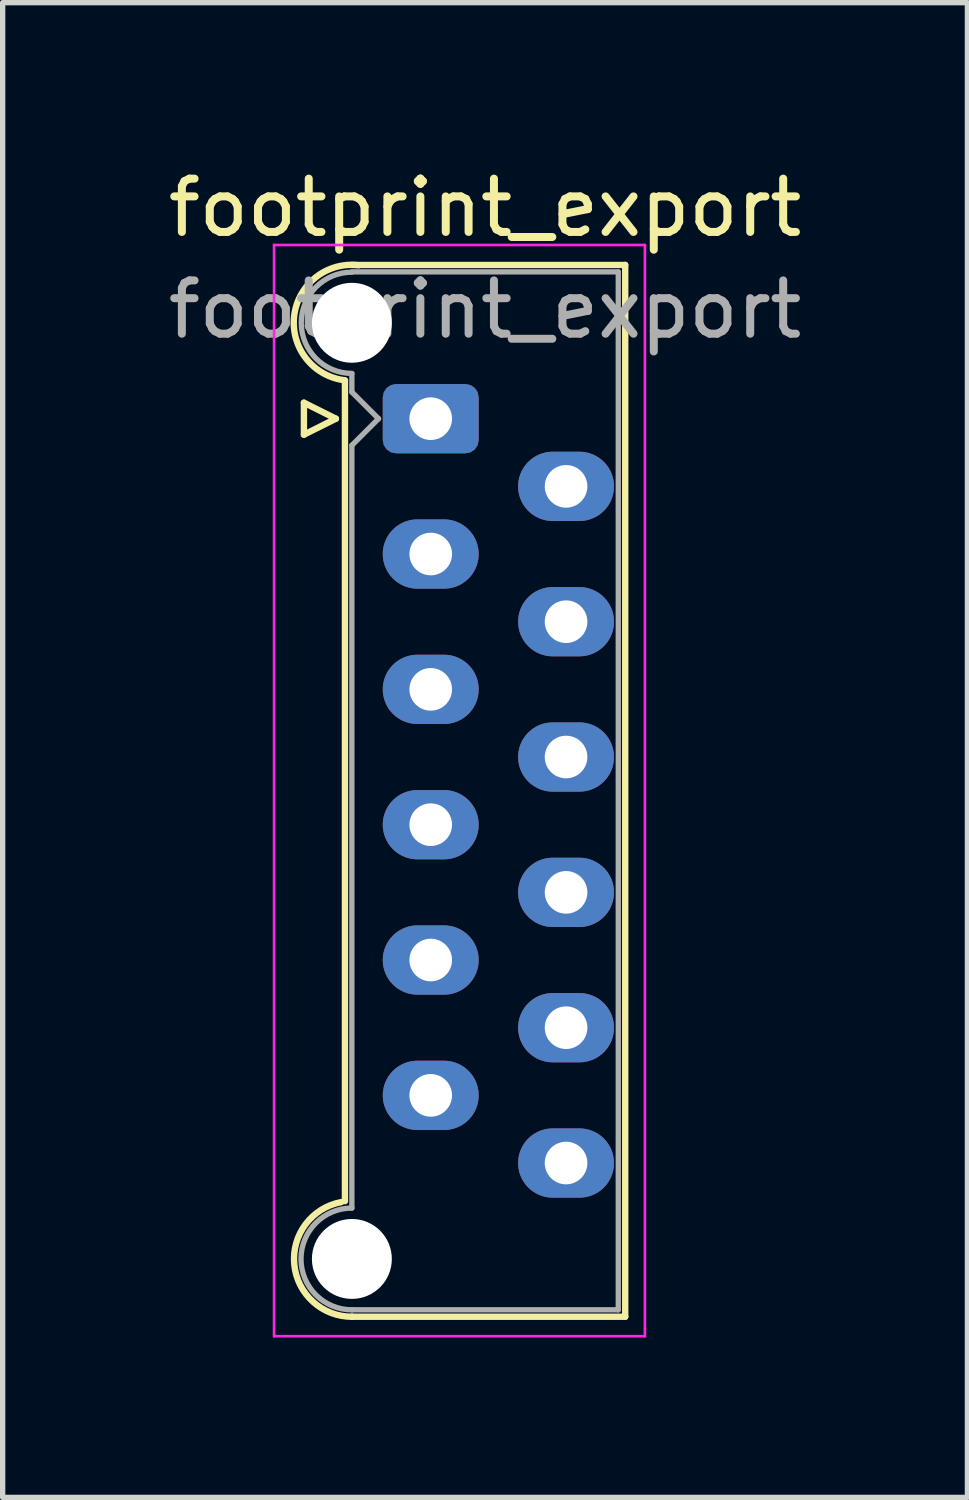
<source format=kicad_pcb>
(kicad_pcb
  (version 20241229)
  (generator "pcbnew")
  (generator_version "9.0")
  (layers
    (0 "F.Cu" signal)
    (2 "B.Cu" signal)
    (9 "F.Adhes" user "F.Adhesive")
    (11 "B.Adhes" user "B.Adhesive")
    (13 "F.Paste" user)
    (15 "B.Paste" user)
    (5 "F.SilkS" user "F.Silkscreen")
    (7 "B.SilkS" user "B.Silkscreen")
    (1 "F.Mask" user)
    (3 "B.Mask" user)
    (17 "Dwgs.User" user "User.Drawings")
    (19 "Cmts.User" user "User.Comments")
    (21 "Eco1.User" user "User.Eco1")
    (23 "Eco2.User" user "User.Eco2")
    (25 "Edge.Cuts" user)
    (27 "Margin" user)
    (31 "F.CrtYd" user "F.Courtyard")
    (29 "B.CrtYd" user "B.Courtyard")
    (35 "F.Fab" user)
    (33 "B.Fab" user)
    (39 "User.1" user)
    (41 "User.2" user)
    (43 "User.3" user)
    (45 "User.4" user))
  (footprint "footprint_export"
    (layer "F.Cu")
    (at 5.034 4.808)
    (property "Reference" "footprint_export" (at 1.02 -3.96 0) (layer "F.SilkS") (effects (font (size 1 1) (thickness 0.15))))
    (attr through_hole)
    (fp_line (start -2.38 -0.3) (end -2.38 0.3) (stroke (width 0.12) (type solid)) (layer "F.SilkS"))
    (fp_line (start -2.38 0.3) (end -1.78 0) (stroke (width 0.12) (type solid)) (layer "F.SilkS"))
    (fp_line (start -1.78 0) (end -2.38 -0.3) (stroke (width 0.12) (type solid)) (layer "F.SilkS"))
    (fp_line (start -1.61 -0.715) (end -1.61 14.685) (stroke (width 0.12) (type solid)) (layer "F.SilkS"))
    (fp_line (start -1.48 -2.885) (end 3.65 -2.885) (stroke (width 0.12) (type solid)) (layer "F.SilkS"))
    (fp_line (start 3.65 -2.885) (end 3.65 16.855) (stroke (width 0.12) (type solid)) (layer "F.SilkS"))
    (fp_line (start 3.65 16.855) (end -1.48 16.855) (stroke (width 0.12) (type solid)) (layer "F.SilkS"))
    (fp_arc (start -1.61 -0.72) (mid -2.56 -1.93) (end -1.35 -2.88) (stroke (width 0.12) (type solid)) (layer "F.SilkS"))
    (fp_arc (start -1.47 16.855) (mid -2.56 15.874526) (end -1.678256 14.70322) (stroke (width 0.12) (type solid)) (layer "F.SilkS"))
    (fp_line (start -2.94 -3.26) (end -2.94 17.22) (stroke (width 0.05) (type solid)) (layer "F.CrtYd"))
    (fp_line (start -2.94 17.22) (end 4.02 17.22) (stroke (width 0.05) (type solid)) (layer "F.CrtYd"))
    (fp_line (start 4.02 -3.26) (end -2.94 -3.26) (stroke (width 0.05) (type solid)) (layer "F.CrtYd"))
    (fp_line (start 4.02 17.22) (end 4.02 -3.26) (stroke (width 0.05) (type solid)) (layer "F.CrtYd"))
    (fp_line (start -1.48 -2.755) (end 3.52 -2.755) (stroke (width 0.1) (type solid)) (layer "F.Fab"))
    (fp_line (start -1.48 -0.845) (end -1.48 -0.5) (stroke (width 0.1) (type solid)) (layer "F.Fab"))
    (fp_line (start -1.48 -0.5) (end -0.98 0) (stroke (width 0.1) (type solid)) (layer "F.Fab"))
    (fp_line (start -1.48 0.5) (end -1.48 14.815) (stroke (width 0.1) (type solid)) (layer "F.Fab"))
    (fp_line (start -0.98 0) (end -1.48 0.5) (stroke (width 0.1) (type solid)) (layer "F.Fab"))
    (fp_line (start 3.52 -2.755) (end 3.52 16.725) (stroke (width 0.1) (type solid)) (layer "F.Fab"))
    (fp_line (start 3.52 16.725) (end -1.48 16.725) (stroke (width 0.1) (type solid)) (layer "F.Fab"))
    (fp_arc (start -1.48 -0.85) (mid -2.43 -1.8) (end -1.48 -2.75) (stroke (width 0.1) (type solid)) (layer "F.Fab"))
    (fp_arc (start -1.48 16.725) (mid -2.435 15.77) (end -1.48 14.815) (stroke (width 0.1) (type solid)) (layer "F.Fab"))
    (fp_text user "${REFERENCE}" (at 1.02 -2.05 0) (layer "F.Fab") (effects (font (size 1 1) (thickness 0.15))))
    (pad "" np_thru_hole circle (at -1.48 -1.8) (size 1.5 1.5) (drill 1.5) (layers "*.Cu" "*.Mask"))
    (pad "" np_thru_hole circle (at -1.48 15.77) (size 1.5 1.5) (drill 1.5) (layers "*.Cu" "*.Mask"))
    (pad "1" thru_hole roundrect (at 0 0) (size 1.8 1.3) (drill 0.8) (layers "*.Cu" "*.Mask") (roundrect_rratio 0.192))
    (pad "2" thru_hole oval (at 2.54 1.27) (size 1.8 1.3) (drill 0.8) (layers "*.Cu" "*.Mask"))
    (pad "3" thru_hole oval (at 0 2.54) (size 1.8 1.3) (drill 0.8) (layers "*.Cu" "*.Mask"))
    (pad "4" thru_hole oval (at 2.54 3.81) (size 1.8 1.3) (drill 0.8) (layers "*.Cu" "*.Mask"))
    (pad "5" thru_hole oval (at 0 5.08) (size 1.8 1.3) (drill 0.8) (layers "*.Cu" "*.Mask"))
    (pad "6" thru_hole oval (at 2.54 6.35) (size 1.8 1.3) (drill 0.8) (layers "*.Cu" "*.Mask"))
    (pad "7" thru_hole oval (at 0 7.62) (size 1.8 1.3) (drill 0.8) (layers "*.Cu" "*.Mask"))
    (pad "8" thru_hole oval (at 2.54 8.89) (size 1.8 1.3) (drill 0.8) (layers "*.Cu" "*.Mask"))
    (pad "9" thru_hole oval (at 0 10.16) (size 1.8 1.3) (drill 0.8) (layers "*.Cu" "*.Mask"))
    (pad "10" thru_hole oval (at 2.54 11.43) (size 1.8 1.3) (drill 0.8) (layers "*.Cu" "*.Mask"))
    (pad "11" thru_hole oval (at 0 12.7) (size 1.8 1.3) (drill 0.8) (layers "*.Cu" "*.Mask"))
    (pad "12" thru_hole oval (at 2.54 13.97) (size 1.8 1.3) (drill 0.8) (layers "*.Cu" "*.Mask")))
  (gr_rect
    (start -3 -3)
    (end 15.107 25.053)
    (stroke (width 0.1) (type default))
    (fill no)
    (layer "Edge.Cuts")))
</source>
